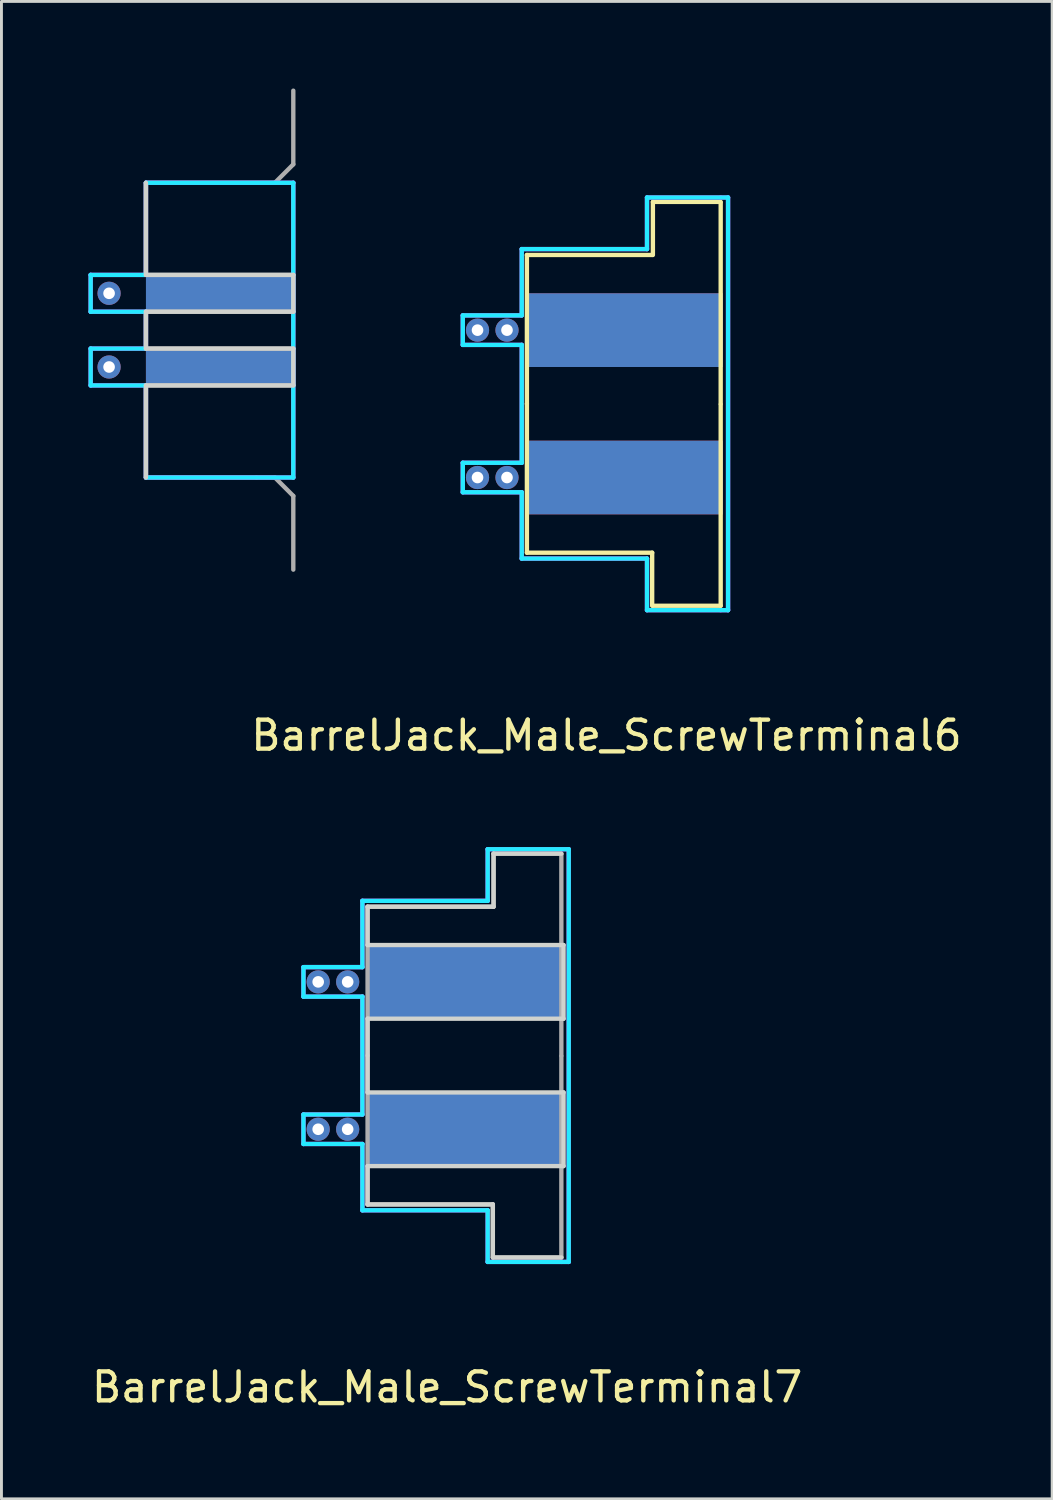
<source format=kicad_pcb>
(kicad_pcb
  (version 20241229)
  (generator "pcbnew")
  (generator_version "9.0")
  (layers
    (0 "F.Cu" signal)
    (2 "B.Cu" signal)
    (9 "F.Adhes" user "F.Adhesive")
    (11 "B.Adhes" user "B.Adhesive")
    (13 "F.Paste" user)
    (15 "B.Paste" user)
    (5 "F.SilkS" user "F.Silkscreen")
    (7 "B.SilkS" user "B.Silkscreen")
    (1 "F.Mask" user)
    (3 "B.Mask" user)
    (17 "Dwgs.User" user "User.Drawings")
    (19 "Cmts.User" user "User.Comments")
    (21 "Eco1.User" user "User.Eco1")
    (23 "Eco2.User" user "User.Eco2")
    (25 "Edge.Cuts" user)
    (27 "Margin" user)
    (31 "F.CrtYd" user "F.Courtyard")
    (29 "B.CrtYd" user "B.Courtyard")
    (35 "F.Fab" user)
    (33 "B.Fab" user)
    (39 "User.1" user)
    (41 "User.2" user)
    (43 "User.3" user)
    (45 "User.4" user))
  (footprint "BarrelJack_Male_ScrewTerminal6"
    (layer "F.Cu")
    (at 18.49 10.87)
    (property "Reference" "BarrelJack_Male_ScrewTerminal6" (at -0.635 11.43 0) (layer "F.SilkS") (effects (font (size 1 1) (thickness 0.15))))
    (attr through_hole)
    (fp_line (start -3.378 -5.131) (end 0.94 -5.131) (stroke (width 0.15) (type solid)) (layer "F.SilkS"))
    (fp_line (start -3.378 0) (end -3.378 -5.131) (stroke (width 0.15) (type solid)) (layer "F.SilkS"))
    (fp_line (start -3.378 0) (end -3.378 5.131) (stroke (width 0.15) (type solid)) (layer "F.SilkS"))
    (fp_line (start -3.378 5.131) (end 0.94 5.131) (stroke (width 0.15) (type solid)) (layer "F.SilkS"))
    (fp_line (start 0.94 5.131) (end 0.94 6.96) (stroke (width 0.15) (type solid)) (layer "F.SilkS"))
    (fp_line (start 0.965 -6.96) (end 3.302 -6.96) (stroke (width 0.15) (type solid)) (layer "F.SilkS"))
    (fp_line (start 0.965 -5.131) (end 0.965 -6.96) (stroke (width 0.15) (type solid)) (layer "F.SilkS"))
    (fp_line (start 0.965 6.96) (end 3.302 6.96) (stroke (width 0.15) (type solid)) (layer "F.SilkS"))
    (fp_line (start 3.302 0) (end 3.302 -6.934) (stroke (width 0.15) (type solid)) (layer "F.SilkS"))
    (fp_line (start 3.302 6.96) (end 3.302 0.025) (stroke (width 0.15) (type solid)) (layer "F.SilkS"))
    (fp_line (start -16.51 -7.62) (end -16.51 -4.445) (stroke (width 0.15) (type solid)) (layer "Edge.Cuts"))
    (fp_line (start -16.51 -4.445) (end -11.43 -4.445) (stroke (width 0.15) (type solid)) (layer "Edge.Cuts"))
    (fp_line (start -16.51 -3.175) (end -16.51 -1.905) (stroke (width 0.15) (type solid)) (layer "Edge.Cuts"))
    (fp_line (start -16.51 -1.905) (end -11.43 -1.905) (stroke (width 0.15) (type solid)) (layer "Edge.Cuts"))
    (fp_line (start -16.51 -0.635) (end -16.51 2.54) (stroke (width 0.15) (type solid)) (layer "Edge.Cuts"))
    (fp_line (start -11.43 -4.445) (end -11.43 -3.175) (stroke (width 0.15) (type solid)) (layer "Edge.Cuts"))
    (fp_line (start -11.43 -3.175) (end -16.51 -3.175) (stroke (width 0.15) (type solid)) (layer "Edge.Cuts"))
    (fp_line (start -11.43 -1.905) (end -11.43 -0.635) (stroke (width 0.15) (type solid)) (layer "Edge.Cuts"))
    (fp_line (start -11.43 -0.635) (end -16.51 -0.635) (stroke (width 0.15) (type solid)) (layer "Edge.Cuts"))
    (fp_line (start -18.415 -4.445) (end -18.415 -3.175) (stroke (width 0.15) (type solid)) (layer "B.CrtYd"))
    (fp_line (start -18.415 -3.175) (end -16.51 -3.175) (stroke (width 0.15) (type solid)) (layer "B.CrtYd"))
    (fp_line (start -18.415 -1.905) (end -18.415 -0.635) (stroke (width 0.15) (type solid)) (layer "B.CrtYd"))
    (fp_line (start -18.415 -0.635) (end -16.51 -0.635) (stroke (width 0.15) (type solid)) (layer "B.CrtYd"))
    (fp_line (start -16.51 -7.62) (end -16.51 -4.445) (stroke (width 0.15) (type solid)) (layer "B.CrtYd"))
    (fp_line (start -16.51 -4.445) (end -18.415 -4.445) (stroke (width 0.15) (type solid)) (layer "B.CrtYd"))
    (fp_line (start -16.51 -3.175) (end -16.51 -1.905) (stroke (width 0.15) (type solid)) (layer "B.CrtYd"))
    (fp_line (start -16.51 -1.905) (end -18.415 -1.905) (stroke (width 0.15) (type solid)) (layer "B.CrtYd"))
    (fp_line (start -16.51 -0.635) (end -16.51 2.54) (stroke (width 0.15) (type solid)) (layer "B.CrtYd"))
    (fp_line (start -16.51 2.54) (end -11.43 2.54) (stroke (width 0.15) (type solid)) (layer "B.CrtYd"))
    (fp_line (start -11.43 -7.62) (end -16.51 -7.62) (stroke (width 0.15) (type solid)) (layer "B.CrtYd"))
    (fp_line (start -11.43 2.54) (end -11.43 -7.62) (stroke (width 0.15) (type solid)) (layer "B.CrtYd"))
    (fp_line (start -5.588 -3.048) (end -3.556 -3.048) (stroke (width 0.15) (type solid)) (layer "B.CrtYd"))
    (fp_line (start -5.588 -2.032) (end -5.588 -3.048) (stroke (width 0.15) (type solid)) (layer "B.CrtYd"))
    (fp_line (start -5.588 2.032) (end -3.556 2.032) (stroke (width 0.15) (type solid)) (layer "B.CrtYd"))
    (fp_line (start -5.588 3.048) (end -5.588 2.032) (stroke (width 0.15) (type solid)) (layer "B.CrtYd"))
    (fp_line (start -3.556 -5.334) (end 0.762 -5.334) (stroke (width 0.15) (type solid)) (layer "B.CrtYd"))
    (fp_line (start -3.556 -3.048) (end -3.556 -5.334) (stroke (width 0.15) (type solid)) (layer "B.CrtYd"))
    (fp_line (start -3.556 -2.032) (end -5.588 -2.032) (stroke (width 0.15) (type solid)) (layer "B.CrtYd"))
    (fp_line (start -3.556 2.032) (end -3.556 -2.032) (stroke (width 0.15) (type solid)) (layer "B.CrtYd"))
    (fp_line (start -3.556 3.048) (end -5.588 3.048) (stroke (width 0.15) (type solid)) (layer "B.CrtYd"))
    (fp_line (start -3.556 5.334) (end -3.556 3.048) (stroke (width 0.15) (type solid)) (layer "B.CrtYd"))
    (fp_line (start 0.762 -7.112) (end 3.556 -7.112) (stroke (width 0.15) (type solid)) (layer "B.CrtYd"))
    (fp_line (start 0.762 -5.334) (end 0.762 -7.112) (stroke (width 0.15) (type solid)) (layer "B.CrtYd"))
    (fp_line (start 0.762 5.334) (end -3.556 5.334) (stroke (width 0.15) (type solid)) (layer "B.CrtYd"))
    (fp_line (start 0.762 7.112) (end 0.762 5.334) (stroke (width 0.15) (type solid)) (layer "B.CrtYd"))
    (fp_line (start 3.556 -7.112) (end 3.556 7.112) (stroke (width 0.15) (type solid)) (layer "B.CrtYd"))
    (fp_line (start 3.556 7.112) (end 0.762 7.112) (stroke (width 0.15) (type solid)) (layer "B.CrtYd"))
    (fp_line (start -18.415 -4.445) (end -16.51 -4.445) (stroke (width 0.15) (type solid)) (layer "F.CrtYd"))
    (fp_line (start -18.415 -3.175) (end -18.415 -4.445) (stroke (width 0.15) (type solid)) (layer "F.CrtYd"))
    (fp_line (start -18.415 -1.905) (end -16.51 -1.905) (stroke (width 0.15) (type solid)) (layer "F.CrtYd"))
    (fp_line (start -18.415 -0.635) (end -18.415 -1.905) (stroke (width 0.15) (type solid)) (layer "F.CrtYd"))
    (fp_line (start -16.51 -7.62) (end -11.43 -7.62) (stroke (width 0.15) (type solid)) (layer "F.CrtYd"))
    (fp_line (start -16.51 -4.445) (end -16.51 -7.62) (stroke (width 0.15) (type solid)) (layer "F.CrtYd"))
    (fp_line (start -16.51 -3.175) (end -18.415 -3.175) (stroke (width 0.15) (type solid)) (layer "F.CrtYd"))
    (fp_line (start -16.51 -1.905) (end -16.51 -3.175) (stroke (width 0.15) (type solid)) (layer "F.CrtYd"))
    (fp_line (start -16.51 -0.635) (end -18.415 -0.635) (stroke (width 0.15) (type solid)) (layer "F.CrtYd"))
    (fp_line (start -16.51 2.54) (end -16.51 -0.635) (stroke (width 0.15) (type solid)) (layer "F.CrtYd"))
    (fp_line (start -11.43 -7.62) (end -11.43 2.54) (stroke (width 0.15) (type solid)) (layer "F.CrtYd"))
    (fp_line (start -11.43 2.54) (end -16.51 2.54) (stroke (width 0.15) (type solid)) (layer "F.CrtYd"))
    (fp_line (start -5.588 -3.048) (end -3.556 -3.048) (stroke (width 0.15) (type solid)) (layer "F.CrtYd"))
    (fp_line (start -5.588 -2.032) (end -5.588 -3.048) (stroke (width 0.15) (type solid)) (layer "F.CrtYd"))
    (fp_line (start -5.588 2.032) (end -3.556 2.032) (stroke (width 0.15) (type solid)) (layer "F.CrtYd"))
    (fp_line (start -5.588 3.048) (end -5.588 2.032) (stroke (width 0.15) (type solid)) (layer "F.CrtYd"))
    (fp_line (start -3.556 -5.334) (end 0.762 -5.334) (stroke (width 0.15) (type solid)) (layer "F.CrtYd"))
    (fp_line (start -3.556 -3.048) (end -3.556 -5.334) (stroke (width 0.15) (type solid)) (layer "F.CrtYd"))
    (fp_line (start -3.556 -2.032) (end -5.588 -2.032) (stroke (width 0.15) (type solid)) (layer "F.CrtYd"))
    (fp_line (start -3.556 2.032) (end -3.556 -2.032) (stroke (width 0.15) (type solid)) (layer "F.CrtYd"))
    (fp_line (start -3.556 3.048) (end -5.588 3.048) (stroke (width 0.15) (type solid)) (layer "F.CrtYd"))
    (fp_line (start -3.556 5.334) (end -3.556 3.048) (stroke (width 0.15) (type solid)) (layer "F.CrtYd"))
    (fp_line (start 0.762 -7.112) (end 3.302 -7.112) (stroke (width 0.15) (type solid)) (layer "F.CrtYd"))
    (fp_line (start 0.762 -5.334) (end 0.762 -7.112) (stroke (width 0.15) (type solid)) (layer "F.CrtYd"))
    (fp_line (start 0.762 5.334) (end -3.556 5.334) (stroke (width 0.15) (type solid)) (layer "F.CrtYd"))
    (fp_line (start 0.762 7.112) (end 0.762 5.334) (stroke (width 0.15) (type solid)) (layer "F.CrtYd"))
    (fp_line (start 3.302 7.112) (end 0.762 7.112) (stroke (width 0.15) (type solid)) (layer "F.CrtYd"))
    (fp_line (start 3.556 -7.112) (end 3.302 -7.112) (stroke (width 0.15) (type solid)) (layer "F.CrtYd"))
    (fp_line (start 3.556 -7.112) (end 3.556 7.112) (stroke (width 0.15) (type solid)) (layer "F.CrtYd"))
    (fp_line (start 3.556 7.112) (end 3.302 7.112) (stroke (width 0.15) (type solid)) (layer "F.CrtYd"))
    (fp_line (start -16.51 -7.62) (end -12.065 -7.62) (stroke (width 0.15) (type solid)) (layer "F.Fab"))
    (fp_line (start -16.51 -4.445) (end -16.51 -7.62) (stroke (width 0.15) (type solid)) (layer "F.Fab"))
    (fp_line (start -16.51 -3.175) (end -16.51 -1.905) (stroke (width 0.15) (type solid)) (layer "F.Fab"))
    (fp_line (start -16.51 -3.175) (end -11.43 -3.175) (stroke (width 0.15) (type solid)) (layer "F.Fab"))
    (fp_line (start -16.51 -1.905) (end -11.43 -1.905) (stroke (width 0.15) (type solid)) (layer "F.Fab"))
    (fp_line (start -16.51 -0.635) (end -16.51 2.54) (stroke (width 0.15) (type solid)) (layer "F.Fab"))
    (fp_line (start -16.51 2.54) (end -12.7 2.54) (stroke (width 0.15) (type solid)) (layer "F.Fab"))
    (fp_line (start -12.7 2.54) (end -12.065 2.54) (stroke (width 0.15) (type solid)) (layer "F.Fab"))
    (fp_line (start -12.065 -7.62) (end -11.43 -8.255) (stroke (width 0.15) (type solid)) (layer "F.Fab"))
    (fp_line (start -12.065 2.54) (end -11.43 3.175) (stroke (width 0.15) (type solid)) (layer "F.Fab"))
    (fp_line (start -11.43 -8.255) (end -11.43 -10.795) (stroke (width 0.15) (type solid)) (layer "F.Fab"))
    (fp_line (start -11.43 -4.445) (end -16.51 -4.445) (stroke (width 0.15) (type solid)) (layer "F.Fab"))
    (fp_line (start -11.43 -3.175) (end -11.43 -4.445) (stroke (width 0.15) (type solid)) (layer "F.Fab"))
    (fp_line (start -11.43 -1.905) (end -11.43 -0.635) (stroke (width 0.15) (type solid)) (layer "F.Fab"))
    (fp_line (start -11.43 -0.635) (end -16.51 -0.635) (stroke (width 0.15) (type solid)) (layer "F.Fab"))
    (fp_line (start -11.43 3.175) (end -11.43 5.715) (stroke (width 0.15) (type solid)) (layer "F.Fab"))
    (pad "1" thru_hole circle (at -17.78 -3.81) (size 0.8 0.8) (drill 0.4) (layers "*.Cu"))
    (pad "1" connect rect (at -13.97 -3.81) (size 5.08 1.27) (layers "B.Cu" "B.Mask"))
    (pad "1" thru_hole circle (at -5.08 -2.54) (size 0.8 0.8) (drill 0.4) (layers "*.Cu"))
    (pad "1" thru_hole circle (at -4.064 -2.54) (size 0.8 0.8) (drill 0.4) (layers "*.Cu"))
    (pad "1" connect rect (at 0 -2.54) (size 6.756 2.54) (layers "F.Cu" "F.Mask"))
    (pad "1" connect rect (at 0 -2.54) (size 6.756 2.54) (layers "B.Cu" "B.Mask"))
    (pad "2" thru_hole circle (at -17.78 -1.27) (size 0.8 0.8) (drill 0.4) (layers "*.Cu"))
    (pad "2" connect rect (at -13.97 -1.27) (size 5.08 1.27) (layers "F.Cu" "F.Mask"))
    (pad "2" connect rect (at -13.97 -1.27) (size 5.08 1.27) (layers "B.Cu" "B.Mask"))
    (pad "2" thru_hole circle (at -5.08 2.54) (size 0.8 0.8) (drill 0.4) (layers "*.Cu"))
    (pad "2" thru_hole circle (at -4.064 2.54) (size 0.8 0.8) (drill 0.4) (layers "*.Cu"))
    (pad "2" connect rect (at 0 2.54) (size 6.756 2.54) (layers "F.Cu" "F.Mask"))
    (pad "2" connect rect (at 0 2.54) (size 6.756 2.54) (layers "B.Cu" "B.Mask")))
  (footprint "BarrelJack_Male_ScrewTerminal7"
    (layer "F.Cu")
    (at 12.998 33.335)
    (property "Reference" "BarrelJack_Male_ScrewTerminal7" (at -0.635 11.43 0) (layer "F.SilkS") (effects (font (size 1 1) (thickness 0.15))))
    (attr through_hole)
    (fp_line (start -3.378 -5.131) (end -3.378 -3.81) (stroke (width 0.15) (type solid)) (layer "Edge.Cuts"))
    (fp_line (start -3.378 -3.81) (end 3.378 -3.81) (stroke (width 0.15) (type solid)) (layer "Edge.Cuts"))
    (fp_line (start -3.378 -1.27) (end -3.378 1.27) (stroke (width 0.15) (type solid)) (layer "Edge.Cuts"))
    (fp_line (start -3.378 1.27) (end 3.378 1.27) (stroke (width 0.15) (type solid)) (layer "Edge.Cuts"))
    (fp_line (start -3.378 3.81) (end -3.378 5.131) (stroke (width 0.15) (type solid)) (layer "Edge.Cuts"))
    (fp_line (start -3.378 5.131) (end 0.94 5.131) (stroke (width 0.15) (type solid)) (layer "Edge.Cuts"))
    (fp_line (start 0.94 5.131) (end 0.94 6.96) (stroke (width 0.15) (type solid)) (layer "Edge.Cuts"))
    (fp_line (start 0.94 6.96) (end 3.302 6.96) (stroke (width 0.15) (type solid)) (layer "Edge.Cuts"))
    (fp_line (start 0.965 -6.96) (end 0.965 -5.131) (stroke (width 0.15) (type solid)) (layer "Edge.Cuts"))
    (fp_line (start 0.965 -5.131) (end -3.378 -5.131) (stroke (width 0.15) (type solid)) (layer "Edge.Cuts"))
    (fp_line (start 3.302 -6.96) (end 0.965 -6.96) (stroke (width 0.15) (type solid)) (layer "Edge.Cuts"))
    (fp_line (start 3.378 -3.81) (end 3.378 -1.27) (stroke (width 0.15) (type solid)) (layer "Edge.Cuts"))
    (fp_line (start 3.378 -1.27) (end -3.378 -1.27) (stroke (width 0.15) (type solid)) (layer "Edge.Cuts"))
    (fp_line (start 3.378 1.27) (end 3.378 3.81) (stroke (width 0.15) (type solid)) (layer "Edge.Cuts"))
    (fp_line (start 3.378 3.81) (end -3.378 3.81) (stroke (width 0.15) (type solid)) (layer "Edge.Cuts"))
    (fp_line (start -5.588 -3.048) (end -3.556 -3.048) (stroke (width 0.15) (type solid)) (layer "B.CrtYd"))
    (fp_line (start -5.588 -2.032) (end -5.588 -3.048) (stroke (width 0.15) (type solid)) (layer "B.CrtYd"))
    (fp_line (start -5.588 2.032) (end -3.556 2.032) (stroke (width 0.15) (type solid)) (layer "B.CrtYd"))
    (fp_line (start -5.588 3.048) (end -5.588 2.032) (stroke (width 0.15) (type solid)) (layer "B.CrtYd"))
    (fp_line (start -3.556 -5.334) (end 0.762 -5.334) (stroke (width 0.15) (type solid)) (layer "B.CrtYd"))
    (fp_line (start -3.556 -3.048) (end -3.556 -5.334) (stroke (width 0.15) (type solid)) (layer "B.CrtYd"))
    (fp_line (start -3.556 -2.032) (end -5.588 -2.032) (stroke (width 0.15) (type solid)) (layer "B.CrtYd"))
    (fp_line (start -3.556 2.032) (end -3.556 -2.032) (stroke (width 0.15) (type solid)) (layer "B.CrtYd"))
    (fp_line (start -3.556 3.048) (end -5.588 3.048) (stroke (width 0.15) (type solid)) (layer "B.CrtYd"))
    (fp_line (start -3.556 5.334) (end -3.556 3.048) (stroke (width 0.15) (type solid)) (layer "B.CrtYd"))
    (fp_line (start 0.762 -7.112) (end 3.556 -7.112) (stroke (width 0.15) (type solid)) (layer "B.CrtYd"))
    (fp_line (start 0.762 -5.334) (end 0.762 -7.112) (stroke (width 0.15) (type solid)) (layer "B.CrtYd"))
    (fp_line (start 0.762 5.334) (end -3.556 5.334) (stroke (width 0.15) (type solid)) (layer "B.CrtYd"))
    (fp_line (start 0.762 7.112) (end 0.762 5.334) (stroke (width 0.15) (type solid)) (layer "B.CrtYd"))
    (fp_line (start 3.556 -7.112) (end 3.556 7.112) (stroke (width 0.15) (type solid)) (layer "B.CrtYd"))
    (fp_line (start 3.556 7.112) (end 0.762 7.112) (stroke (width 0.15) (type solid)) (layer "B.CrtYd"))
    (fp_line (start -5.588 -3.048) (end -3.556 -3.048) (stroke (width 0.15) (type solid)) (layer "F.CrtYd"))
    (fp_line (start -5.588 -2.032) (end -5.588 -3.048) (stroke (width 0.15) (type solid)) (layer "F.CrtYd"))
    (fp_line (start -5.588 2.032) (end -3.556 2.032) (stroke (width 0.15) (type solid)) (layer "F.CrtYd"))
    (fp_line (start -5.588 3.048) (end -5.588 2.032) (stroke (width 0.15) (type solid)) (layer "F.CrtYd"))
    (fp_line (start -3.556 -5.334) (end 0.762 -5.334) (stroke (width 0.15) (type solid)) (layer "F.CrtYd"))
    (fp_line (start -3.556 -3.048) (end -3.556 -5.334) (stroke (width 0.15) (type solid)) (layer "F.CrtYd"))
    (fp_line (start -3.556 -2.032) (end -5.588 -2.032) (stroke (width 0.15) (type solid)) (layer "F.CrtYd"))
    (fp_line (start -3.556 2.032) (end -3.556 -2.032) (stroke (width 0.15) (type solid)) (layer "F.CrtYd"))
    (fp_line (start -3.556 3.048) (end -5.588 3.048) (stroke (width 0.15) (type solid)) (layer "F.CrtYd"))
    (fp_line (start -3.556 5.334) (end -3.556 3.048) (stroke (width 0.15) (type solid)) (layer "F.CrtYd"))
    (fp_line (start 0.762 -7.112) (end 3.302 -7.112) (stroke (width 0.15) (type solid)) (layer "F.CrtYd"))
    (fp_line (start 0.762 -5.334) (end 0.762 -7.112) (stroke (width 0.15) (type solid)) (layer "F.CrtYd"))
    (fp_line (start 0.762 5.334) (end -3.556 5.334) (stroke (width 0.15) (type solid)) (layer "F.CrtYd"))
    (fp_line (start 0.762 7.112) (end 0.762 5.334) (stroke (width 0.15) (type solid)) (layer "F.CrtYd"))
    (fp_line (start 3.302 7.112) (end 0.762 7.112) (stroke (width 0.15) (type solid)) (layer "F.CrtYd"))
    (fp_line (start 3.556 -7.112) (end 3.302 -7.112) (stroke (width 0.15) (type solid)) (layer "F.CrtYd"))
    (fp_line (start 3.556 -7.112) (end 3.556 7.112) (stroke (width 0.15) (type solid)) (layer "F.CrtYd"))
    (fp_line (start 3.556 7.112) (end 3.302 7.112) (stroke (width 0.15) (type solid)) (layer "F.CrtYd"))
    (fp_line (start -3.378 -5.131) (end 0.94 -5.131) (stroke (width 0.15) (type solid)) (layer "F.Fab"))
    (fp_line (start -3.378 0) (end -3.378 -5.131) (stroke (width 0.15) (type solid)) (layer "F.Fab"))
    (fp_line (start -3.378 0) (end -3.378 5.131) (stroke (width 0.15) (type solid)) (layer "F.Fab"))
    (fp_line (start -3.378 5.131) (end 0.94 5.131) (stroke (width 0.15) (type solid)) (layer "F.Fab"))
    (fp_line (start 0.94 5.131) (end 0.94 6.96) (stroke (width 0.15) (type solid)) (layer "F.Fab"))
    (fp_line (start 0.965 -6.96) (end 3.302 -6.96) (stroke (width 0.15) (type solid)) (layer "F.Fab"))
    (fp_line (start 0.965 -5.131) (end 0.965 -6.96) (stroke (width 0.15) (type solid)) (layer "F.Fab"))
    (fp_line (start 0.965 6.96) (end 3.302 6.96) (stroke (width 0.15) (type solid)) (layer "F.Fab"))
    (fp_line (start 3.302 0) (end 3.302 -6.934) (stroke (width 0.15) (type solid)) (layer "F.Fab"))
    (fp_line (start 3.302 6.96) (end 3.302 0.025) (stroke (width 0.15) (type solid)) (layer "F.Fab"))
    (pad "1" thru_hole circle (at -5.08 -2.54) (size 0.8 0.8) (drill 0.4) (layers "*.Cu"))
    (pad "1" thru_hole circle (at -4.064 -2.54) (size 0.8 0.8) (drill 0.4) (layers "*.Cu"))
    (pad "1" connect rect (at 0 -2.54) (size 6.756 2.54) (layers "F.Cu" "F.Mask"))
    (pad "1" connect rect (at 0 -2.54) (size 6.756 2.54) (layers "B.Cu" "B.Mask"))
    (pad "2" thru_hole circle (at -5.08 2.54) (size 0.8 0.8) (drill 0.4) (layers "*.Cu"))
    (pad "2" thru_hole circle (at -4.064 2.54) (size 0.8 0.8) (drill 0.4) (layers "*.Cu"))
    (pad "2" connect rect (at 0 2.54) (size 6.756 2.54) (layers "F.Cu" "F.Mask"))
    (pad "2" connect rect (at 0 2.54) (size 6.756 2.54) (layers "B.Cu" "B.Mask")))
  (gr_rect
    (start -3 -3)
    (end 33.218 48.614)
    (stroke (width 0.1) (type default))
    (fill no)
    (layer "Edge.Cuts")))
</source>
